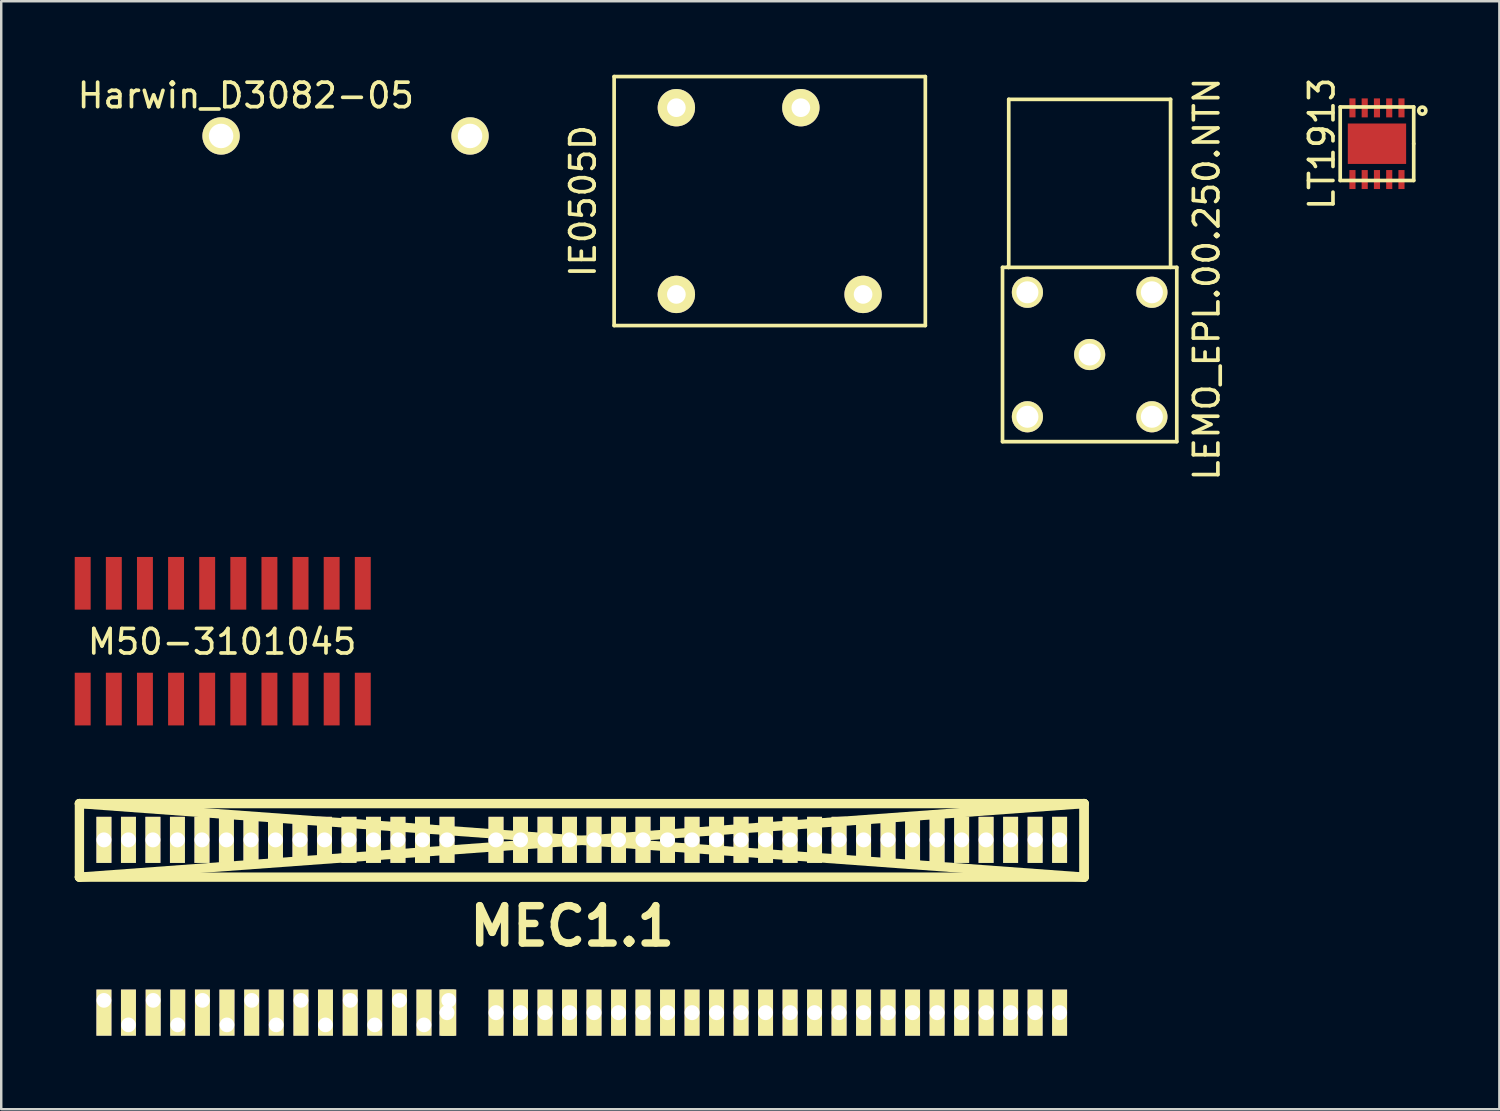
<source format=kicad_pcb>
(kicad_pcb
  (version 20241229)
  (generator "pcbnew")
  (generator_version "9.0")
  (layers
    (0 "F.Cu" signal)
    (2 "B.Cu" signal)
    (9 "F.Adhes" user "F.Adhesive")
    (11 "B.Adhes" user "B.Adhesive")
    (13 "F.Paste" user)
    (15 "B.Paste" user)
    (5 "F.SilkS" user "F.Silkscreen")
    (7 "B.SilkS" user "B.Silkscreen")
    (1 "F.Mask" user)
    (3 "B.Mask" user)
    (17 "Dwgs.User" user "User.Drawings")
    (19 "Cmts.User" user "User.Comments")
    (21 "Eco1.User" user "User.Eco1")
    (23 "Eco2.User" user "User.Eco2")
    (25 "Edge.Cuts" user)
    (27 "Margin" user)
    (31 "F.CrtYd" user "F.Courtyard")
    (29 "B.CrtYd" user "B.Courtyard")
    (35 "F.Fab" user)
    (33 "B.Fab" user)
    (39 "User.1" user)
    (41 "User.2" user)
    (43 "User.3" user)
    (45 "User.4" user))
  (footprint "MEC1.1"
    (layer "F.Cu")
    (at 20.691 34.745)
    (property "Reference" "MEC1.1" (at -0.391 0 0) (layer "F.SilkS") (effects (font (size 1.524 1.524) (thickness 0.305))))
    (attr through_hole)
    (fp_line (start -20.5 -5.001) (end 20.5 -5.001) (stroke (width 0.381) (type solid)) (layer "F.SilkS"))
    (fp_line (start -20.5 -5.001) (end 20.5 -1.999) (stroke (width 0.381) (type solid)) (layer "F.SilkS"))
    (fp_line (start -20.5 -1.999) (end -20.5 -5.001) (stroke (width 0.381) (type solid)) (layer "F.SilkS"))
    (fp_line (start 20.5 -5.001) (end -20.5 -1.999) (stroke (width 0.381) (type solid)) (layer "F.SilkS"))
    (fp_line (start 20.5 -5.001) (end 20.5 -1.999) (stroke (width 0.381) (type solid)) (layer "F.SilkS"))
    (fp_line (start 20.5 -1.999) (end -20.5 -1.999) (stroke (width 0.381) (type solid)) (layer "F.SilkS"))
    (fp_line (start 20.5 -1.999) (end 20.5 -5.001) (stroke (width 0.381) (type solid)) (layer "F.SilkS"))
    (pad "1" thru_hole rect (at -19.5 3.03) (size 0.61 1.88) (drill 0.6 (offset 0 0.5)) (layers "*.Mask" "F.Cu" "F.SilkS"))
    (pad "1" thru_hole rect (at -19.5 -3.52) (size 0.61 1.88) (drill 0.762) (layers "*.Mask" "F.Cu" "F.SilkS"))
    (pad "1" thru_hole rect (at -17.49 3.03) (size 0.61 1.88) (drill 0.6 (offset 0 0.5)) (layers "*.Mask" "F.Cu" "F.SilkS"))
    (pad "1" thru_hole rect (at -15.48 3.03) (size 0.61 1.88) (drill 0.6 (offset 0 0.5)) (layers "*.Mask" "F.Cu" "F.SilkS"))
    (pad "1" thru_hole rect (at -13.47 3.03) (size 0.61 1.88) (drill 0.6 (offset 0 0.5)) (layers "*.Mask" "F.Cu" "F.SilkS"))
    (pad "1" thru_hole rect (at -11.46 3.03) (size 0.61 1.88) (drill 0.6 (offset 0 0.5)) (layers "*.Mask" "F.Cu" "F.SilkS"))
    (pad "1" thru_hole rect (at -9.45 3.03) (size 0.61 1.88) (drill 0.6 (offset 0 0.5)) (layers "*.Mask" "F.Cu" "F.SilkS"))
    (pad "1" thru_hole rect (at -7.44 3.03) (size 0.61 1.88) (drill 0.6 (offset 0 0.5)) (layers "*.Mask" "F.Cu" "F.SilkS"))
    (pad "1" thru_hole rect (at -5.43 3.03) (size 0.61 1.88) (drill 0.6 (offset 0 0.5)) (layers "*.Mask" "F.Cu" "F.SilkS"))
    (pad "2" thru_hole rect (at -18.499 -3.52) (size 0.61 1.88) (drill 0.762) (layers "*.Mask" "F.Cu" "F.SilkS"))
    (pad "2" thru_hole rect (at -18.499 4.03) (size 0.61 1.88) (drill 0.6 (offset 0 -0.5)) (layers "*.Mask" "F.Cu" "F.SilkS"))
    (pad "2" thru_hole rect (at -16.489 4.03) (size 0.61 1.88) (drill 0.6 (offset 0 -0.5)) (layers "*.Mask" "F.Cu" "F.SilkS"))
    (pad "2" thru_hole rect (at -14.479 4.03) (size 0.61 1.88) (drill 0.6 (offset 0 -0.5)) (layers "*.Mask" "F.Cu" "F.SilkS"))
    (pad "2" thru_hole rect (at -12.469 4.03) (size 0.61 1.88) (drill 0.6 (offset 0 -0.5)) (layers "*.Mask" "F.Cu" "F.SilkS"))
    (pad "2" thru_hole rect (at -10.459 4.03) (size 0.61 1.88) (drill 0.6 (offset 0 -0.5)) (layers "*.Mask" "F.Cu" "F.SilkS"))
    (pad "2" thru_hole rect (at -8.449 4.03) (size 0.61 1.88) (drill 0.6 (offset 0 -0.5)) (layers "*.Mask" "F.Cu" "F.SilkS"))
    (pad "2" thru_hole rect (at -6.439 4.03) (size 0.61 1.88) (drill 0.6 (offset 0 -0.5)) (layers "*.Mask" "F.Cu" "F.SilkS"))
    (pad "3" thru_hole rect (at -17.501 -3.52) (size 0.61 1.88) (drill 0.762) (layers "*.Mask" "F.Cu" "F.SilkS"))
    (pad "4" thru_hole rect (at -16.5 -3.52) (size 0.61 1.88) (drill 0.762) (layers "*.Mask" "F.Cu" "F.SilkS"))
    (pad "5" thru_hole rect (at -15.499 -3.52) (size 0.61 1.88) (drill 0.762) (layers "*.Mask" "F.Cu" "F.SilkS"))
    (pad "6" thru_hole rect (at -14.501 -3.52) (size 0.61 1.88) (drill 0.762) (layers "*.Mask" "F.Cu" "F.SilkS"))
    (pad "7" thru_hole rect (at -13.5 -3.52) (size 0.61 1.88) (drill 0.762) (layers "*.Mask" "F.Cu" "F.SilkS"))
    (pad "8" thru_hole rect (at -12.499 -3.52) (size 0.61 1.88) (drill 0.762) (layers "*.Mask" "F.Cu" "F.SilkS"))
    (pad "9" thru_hole rect (at -11.499 -3.52) (size 0.61 1.88) (drill 0.762) (layers "*.Mask" "F.Cu" "F.SilkS"))
    (pad "10" thru_hole rect (at -10.5 -3.52) (size 0.61 1.88) (drill 0.762) (layers "*.Mask" "F.Cu" "F.SilkS"))
    (pad "11" thru_hole rect (at -9.5 -3.52) (size 0.61 1.88) (drill 0.762) (layers "*.Mask" "F.Cu" "F.SilkS"))
    (pad "12" thru_hole rect (at -8.499 -3.52) (size 0.61 1.88) (drill 0.762) (layers "*.Mask" "F.Cu" "F.SilkS"))
    (pad "13" thru_hole rect (at -7.501 -3.52) (size 0.61 1.88) (drill 0.762) (layers "*.Mask" "F.Cu" "F.SilkS"))
    (pad "14" thru_hole rect (at -6.5 -3.52) (size 0.61 1.88) (drill 0.762) (layers "*.Mask" "F.Cu" "F.SilkS"))
    (pad "15" thru_hole rect (at -5.499 -3.52) (size 0.61 1.88) (drill 0.762) (layers "*.Mask" "F.Cu" "F.SilkS"))
    (pad "15" thru_hole rect (at -5.499 3.531) (size 0.61 1.88) (drill 0.762) (layers "*.Mask" "F.Cu" "F.SilkS"))
    (pad "16" thru_hole rect (at -3.5 -3.52) (size 0.61 1.88) (drill 0.762) (layers "*.Mask" "F.Cu" "F.SilkS"))
    (pad "16" thru_hole rect (at -3.5 3.531) (size 0.61 1.88) (drill 0.762) (layers "*.Mask" "F.Cu" "F.SilkS"))
    (pad "17" thru_hole rect (at -2.499 -3.52) (size 0.61 1.88) (drill 0.762) (layers "*.Mask" "F.Cu" "F.SilkS"))
    (pad "17" thru_hole rect (at -2.499 3.531) (size 0.61 1.88) (drill 0.762) (layers "*.Mask" "F.Cu" "F.SilkS"))
    (pad "18" thru_hole rect (at -1.499 -3.52) (size 0.61 1.88) (drill 0.762) (layers "*.Mask" "F.Cu" "F.SilkS"))
    (pad "18" thru_hole rect (at -1.499 3.531) (size 0.61 1.88) (drill 0.762) (layers "*.Mask" "F.Cu" "F.SilkS"))
    (pad "19" thru_hole rect (at -0.5 -3.52) (size 0.61 1.88) (drill 0.762) (layers "*.Mask" "F.Cu" "F.SilkS"))
    (pad "19" thru_hole rect (at -0.5 3.531) (size 0.61 1.88) (drill 0.762) (layers "*.Mask" "F.Cu" "F.SilkS"))
    (pad "20" thru_hole rect (at 0.5 -3.52) (size 0.61 1.88) (drill 0.762) (layers "*.Mask" "F.Cu" "F.SilkS"))
    (pad "20" thru_hole rect (at 0.5 3.531) (size 0.61 1.88) (drill 0.762) (layers "*.Mask" "F.Cu" "F.SilkS"))
    (pad "21" thru_hole rect (at 1.501 -3.52) (size 0.61 1.88) (drill 0.762) (layers "*.Mask" "F.Cu" "F.SilkS"))
    (pad "21" thru_hole rect (at 1.501 3.531) (size 0.61 1.88) (drill 0.762) (layers "*.Mask" "F.Cu" "F.SilkS"))
    (pad "22" thru_hole rect (at 2.499 -3.52) (size 0.61 1.88) (drill 0.762) (layers "*.Mask" "F.Cu" "F.SilkS"))
    (pad "22" thru_hole rect (at 2.499 3.531) (size 0.61 1.88) (drill 0.762) (layers "*.Mask" "F.Cu" "F.SilkS"))
    (pad "23" thru_hole rect (at 3.5 -3.52) (size 0.61 1.88) (drill 0.762) (layers "*.Mask" "F.Cu" "F.SilkS"))
    (pad "23" thru_hole rect (at 3.5 3.531) (size 0.61 1.88) (drill 0.762) (layers "*.Mask" "F.Cu" "F.SilkS"))
    (pad "24" thru_hole rect (at 4.501 -3.52) (size 0.61 1.88) (drill 0.762) (layers "*.Mask" "F.Cu" "F.SilkS"))
    (pad "24" thru_hole rect (at 4.501 3.531) (size 0.61 1.88) (drill 0.762) (layers "*.Mask" "F.Cu" "F.SilkS"))
    (pad "25" thru_hole rect (at 5.502 -3.52) (size 0.61 1.88) (drill 0.762) (layers "*.Mask" "F.Cu" "F.SilkS"))
    (pad "25" thru_hole rect (at 5.502 3.531) (size 0.61 1.88) (drill 0.762) (layers "*.Mask" "F.Cu" "F.SilkS"))
    (pad "26" thru_hole rect (at 6.5 -3.52) (size 0.61 1.88) (drill 0.762) (layers "*.Mask" "F.Cu" "F.SilkS"))
    (pad "26" thru_hole rect (at 6.5 3.531) (size 0.61 1.88) (drill 0.762) (layers "*.Mask" "F.Cu" "F.SilkS"))
    (pad "27" thru_hole rect (at 7.501 -3.52) (size 0.61 1.88) (drill 0.762) (layers "*.Mask" "F.Cu" "F.SilkS"))
    (pad "27" thru_hole rect (at 7.501 3.531) (size 0.61 1.88) (drill 0.762) (layers "*.Mask" "F.Cu" "F.SilkS"))
    (pad "28" thru_hole rect (at 8.501 -3.52) (size 0.61 1.88) (drill 0.762) (layers "*.Mask" "F.Cu" "F.SilkS"))
    (pad "28" thru_hole rect (at 8.501 3.531) (size 0.61 1.88) (drill 0.762) (layers "*.Mask" "F.Cu" "F.SilkS"))
    (pad "29" thru_hole rect (at 9.5 -3.52) (size 0.61 1.88) (drill 0.762) (layers "*.Mask" "F.Cu" "F.SilkS"))
    (pad "29" thru_hole rect (at 9.5 3.531) (size 0.61 1.88) (drill 0.762) (layers "*.Mask" "F.Cu" "F.SilkS"))
    (pad "30" thru_hole rect (at 10.5 -3.52) (size 0.61 1.88) (drill 0.762) (layers "*.Mask" "F.Cu" "F.SilkS"))
    (pad "30" thru_hole rect (at 10.5 3.531) (size 0.61 1.88) (drill 0.762) (layers "*.Mask" "F.Cu" "F.SilkS"))
    (pad "31" thru_hole rect (at 11.501 -3.52) (size 0.61 1.88) (drill 0.762) (layers "*.Mask" "F.Cu" "F.SilkS"))
    (pad "31" thru_hole rect (at 11.501 3.531) (size 0.61 1.88) (drill 0.762) (layers "*.Mask" "F.Cu" "F.SilkS"))
    (pad "32" thru_hole rect (at 12.499 -3.52) (size 0.61 1.88) (drill 0.762) (layers "*.Mask" "F.Cu" "F.SilkS"))
    (pad "32" thru_hole rect (at 12.499 3.531) (size 0.61 1.88) (drill 0.762) (layers "*.Mask" "F.Cu" "F.SilkS"))
    (pad "33" thru_hole rect (at 13.5 -3.52) (size 0.61 1.88) (drill 0.762) (layers "*.Mask" "F.Cu" "F.SilkS"))
    (pad "33" thru_hole rect (at 13.5 3.531) (size 0.61 1.88) (drill 0.762) (layers "*.Mask" "F.Cu" "F.SilkS"))
    (pad "34" thru_hole rect (at 14.501 -3.52) (size 0.61 1.88) (drill 0.762) (layers "*.Mask" "F.Cu" "F.SilkS"))
    (pad "34" thru_hole rect (at 14.501 3.531) (size 0.61 1.88) (drill 0.762) (layers "*.Mask" "F.Cu" "F.SilkS"))
    (pad "35" thru_hole rect (at 15.502 -3.52) (size 0.61 1.88) (drill 0.762) (layers "*.Mask" "F.Cu" "F.SilkS"))
    (pad "35" thru_hole rect (at 15.502 3.531) (size 0.61 1.88) (drill 0.762) (layers "*.Mask" "F.Cu" "F.SilkS"))
    (pad "36" thru_hole rect (at 16.5 -3.52) (size 0.61 1.88) (drill 0.762) (layers "*.Mask" "F.Cu" "F.SilkS"))
    (pad "36" thru_hole rect (at 16.5 3.531) (size 0.61 1.88) (drill 0.762) (layers "*.Mask" "F.Cu" "F.SilkS"))
    (pad "37" thru_hole rect (at 17.501 -3.52) (size 0.61 1.88) (drill 0.762) (layers "*.Mask" "F.Cu" "F.SilkS"))
    (pad "37" thru_hole rect (at 17.501 3.531) (size 0.61 1.88) (drill 0.762) (layers "*.Mask" "F.Cu" "F.SilkS"))
    (pad "38" thru_hole rect (at 18.501 -3.52) (size 0.61 1.88) (drill 0.762) (layers "*.Mask" "F.Cu" "F.SilkS"))
    (pad "38" thru_hole rect (at 18.501 3.531) (size 0.61 1.88) (drill 0.762) (layers "*.Mask" "F.Cu" "F.SilkS"))
    (pad "39" thru_hole rect (at 19.5 -3.52) (size 0.61 1.88) (drill 0.762) (layers "*.Mask" "F.Cu" "F.SilkS"))
    (pad "39" thru_hole rect (at 19.5 3.531) (size 0.61 1.88) (drill 0.762) (layers "*.Mask" "F.Cu" "F.SilkS")))
  (footprint "IE0505D"
    (layer "F.Cu")
    (at 28.362 5.155)
    (property "Reference" "IE0505D" (at -7.62 0 90) (layer "F.SilkS") (effects (font (size 1 1) (thickness 0.15))))
    (attr through_hole)
    (fp_line (start -6.35 -5.08) (end -6.35 5.08) (stroke (width 0.15) (type solid)) (layer "F.SilkS"))
    (fp_line (start -6.35 5.08) (end 6.35 5.08) (stroke (width 0.15) (type solid)) (layer "F.SilkS"))
    (fp_line (start 6.35 -5.08) (end -6.35 -5.08) (stroke (width 0.15) (type solid)) (layer "F.SilkS"))
    (fp_line (start 6.35 5.08) (end 6.35 -5.08) (stroke (width 0.15) (type solid)) (layer "F.SilkS"))
    (pad "1" thru_hole circle (at -3.81 3.81) (size 1.524 1.524) (drill 0.762) (layers "*.Cu" "*.Mask" "F.SilkS"))
    (pad "2" thru_hole circle (at 3.81 3.81) (size 1.524 1.524) (drill 0.762) (layers "*.Cu" "*.Mask" "F.SilkS"))
    (pad "3" thru_hole circle (at -3.81 -3.81) (size 1.524 1.524) (drill 0.762) (layers "*.Cu" "*.Mask" "F.SilkS"))
    (pad "4" thru_hole circle (at 1.27 -3.81) (size 1.524 1.524) (drill 0.762) (layers "*.Cu" "*.Mask" "F.SilkS")))
  (footprint "Harwin_D3082-05"
    (layer "F.Cu")
    (at 11.052 2.498)
    (property "Reference" "Harwin_D3082-05" (at -4.07 -1.65 0) (layer "F.SilkS") (effects (font (size 1 1) (thickness 0.15))))
    (attr through_hole)
    (pad "1" thru_hole circle (at -5.08 0) (size 1.524 1.524) (drill 1) (layers "*.Cu" "*.Mask" "F.SilkS"))
    (pad "2" thru_hole circle (at 5.08 0) (size 1.524 1.524) (drill 1) (layers "*.Cu" "*.Mask" "F.SilkS")))
  (footprint "M50-3101045"
    (layer "F.Cu")
    (at 0.325 25.479)
    (property "Reference" "M50-3101045" (at 5.69 -2.337 0) (layer "F.SilkS") (effects (font (size 1 1) (thickness 0.15))))
    (attr through_hole)
    (pad "1" smd rect (at 0 0) (size 0.65 2.15) (layers "F.Cu" "F.Mask" "F.Paste"))
    (pad "2" smd rect (at 0 -4.725) (size 0.65 2.15) (layers "F.Cu" "F.Mask" "F.Paste"))
    (pad "3" smd rect (at 1.27 0) (size 0.65 2.15) (layers "F.Cu" "F.Mask" "F.Paste"))
    (pad "4" smd rect (at 1.27 -4.724) (size 0.65 2.15) (layers "F.Cu" "F.Mask" "F.Paste"))
    (pad "5" smd rect (at 2.54 0) (size 0.65 2.15) (layers "F.Cu" "F.Mask" "F.Paste"))
    (pad "6" smd rect (at 2.54 -4.725) (size 0.65 2.15) (layers "F.Cu" "F.Mask" "F.Paste"))
    (pad "7" smd rect (at 3.81 0) (size 0.65 2.15) (layers "F.Cu" "F.Mask" "F.Paste"))
    (pad "8" smd rect (at 3.81 -4.725) (size 0.65 2.15) (layers "F.Cu" "F.Mask" "F.Paste"))
    (pad "9" smd rect (at 5.08 0) (size 0.65 2.15) (layers "F.Cu" "F.Mask" "F.Paste"))
    (pad "10" smd rect (at 5.08 -4.725) (size 0.65 2.15) (layers "F.Cu" "F.Mask" "F.Paste"))
    (pad "11" smd rect (at 6.35 0) (size 0.65 2.15) (layers "F.Cu" "F.Mask" "F.Paste"))
    (pad "12" smd rect (at 6.35 -4.725) (size 0.65 2.15) (layers "F.Cu" "F.Mask" "F.Paste"))
    (pad "13" smd rect (at 7.62 0) (size 0.65 2.15) (layers "F.Cu" "F.Mask" "F.Paste"))
    (pad "14" smd rect (at 7.62 -4.725) (size 0.65 2.15) (layers "F.Cu" "F.Mask" "F.Paste"))
    (pad "15" smd rect (at 8.89 0) (size 0.65 2.15) (layers "F.Cu" "F.Mask" "F.Paste"))
    (pad "16" smd rect (at 8.89 -4.725) (size 0.65 2.15) (layers "F.Cu" "F.Mask" "F.Paste"))
    (pad "17" smd rect (at 10.16 0) (size 0.65 2.15) (layers "F.Cu" "F.Mask" "F.Paste"))
    (pad "18" smd rect (at 10.16 -4.725) (size 0.65 2.15) (layers "F.Cu" "F.Mask" "F.Paste"))
    (pad "19" smd rect (at 11.43 0) (size 0.65 2.15) (layers "F.Cu" "F.Mask" "F.Paste"))
    (pad "20" smd rect (at 11.43 -4.725) (size 0.65 2.15) (layers "F.Cu" "F.Mask" "F.Paste")))
  (footprint "LT1913"
    (layer "F.Cu")
    (at 53.143 2.815)
    (property "Reference" "LT1913" (at -2.25 0 90) (layer "F.SilkS") (effects (font (size 1 1) (thickness 0.15))))
    (attr through_hole)
    (fp_line (start -1.5 -1.5) (end -1.5 1.5) (stroke (width 0.15) (type solid)) (layer "F.SilkS"))
    (fp_line (start -1.5 1.5) (end 1.5 1.5) (stroke (width 0.15) (type solid)) (layer "F.SilkS"))
    (fp_line (start 1.5 -1.5) (end -1.5 -1.5) (stroke (width 0.15) (type solid)) (layer "F.SilkS"))
    (fp_line (start 1.5 0) (end 1.5 -1.5) (stroke (width 0.15) (type solid)) (layer "F.SilkS"))
    (fp_line (start 1.5 1.5) (end 1.5 0) (stroke (width 0.15) (type solid)) (layer "F.SilkS"))
    (fp_circle (center 1.85 -1.35) (end 1.9 -1.3) (stroke (width 0.15) (type solid)) (fill no) (layer "F.SilkS"))
    (pad "1" smd rect (at 1 -1.462) (size 0.25 0.775) (layers "F.Cu" "F.Mask" "F.Paste"))
    (pad "2" smd rect (at 0.5 -1.462) (size 0.25 0.775) (layers "F.Cu" "F.Mask" "F.Paste"))
    (pad "3" smd rect (at 0 -1.462) (size 0.25 0.775) (layers "F.Cu" "F.Mask" "F.Paste"))
    (pad "4" smd rect (at -0.5 -1.462) (size 0.25 0.775) (layers "F.Cu" "F.Mask" "F.Paste"))
    (pad "5" smd rect (at -1 -1.462) (size 0.25 0.775) (layers "F.Cu" "F.Mask" "F.Paste"))
    (pad "6" smd rect (at -1 1.462) (size 0.25 0.775) (layers "F.Cu" "F.Mask" "F.Paste"))
    (pad "7" smd rect (at -0.5 1.462) (size 0.25 0.775) (layers "F.Cu" "F.Mask" "F.Paste"))
    (pad "8" smd rect (at 0 1.462) (size 0.25 0.775) (layers "F.Cu" "F.Mask" "F.Paste"))
    (pad "9" smd rect (at 0.5 1.462) (size 0.25 0.775) (layers "F.Cu" "F.Mask" "F.Paste"))
    (pad "10" smd rect (at 1 1.462) (size 0.25 0.775) (layers "F.Cu" "F.Mask" "F.Paste"))
    (pad "11" smd rect (at 0 0) (size 2.38 1.65) (layers "F.Cu" "F.Mask" "F.Paste")))
  (footprint "LEMO_EPL.00.250.NTN"
    (layer "F.Cu")
    (at 41.418 11.418)
    (property "Reference" "LEMO_EPL.00.250.NTN" (at 4.778 -3.078 90) (layer "F.SilkS") (effects (font (size 1 1) (thickness 0.15))))
    (attr through_hole)
    (fp_line (start -3.556 -3.556) (end -3.556 3.556) (stroke (width 0.15) (type solid)) (layer "F.SilkS"))
    (fp_line (start -3.556 3.556) (end 3.556 3.556) (stroke (width 0.15) (type solid)) (layer "F.SilkS"))
    (fp_line (start -3.315 -3.556) (end -3.34 -3.581) (stroke (width 0.15) (type solid)) (layer "F.SilkS"))
    (fp_line (start -3.302 -10.414) (end -3.302 -3.556) (stroke (width 0.15) (type solid)) (layer "F.SilkS"))
    (fp_line (start 3.302 -10.414) (end -3.302 -10.414) (stroke (width 0.15) (type solid)) (layer "F.SilkS"))
    (fp_line (start 3.302 -3.556) (end 3.302 -10.414) (stroke (width 0.15) (type solid)) (layer "F.SilkS"))
    (fp_line (start 3.556 -3.556) (end -3.556 -3.556) (stroke (width 0.15) (type solid)) (layer "F.SilkS"))
    (fp_line (start 3.556 3.556) (end 3.556 -3.556) (stroke (width 0.15) (type solid)) (layer "F.SilkS"))
    (pad "1" thru_hole circle (at -2.54 -2.54) (size 1.27 1.27) (drill 0.899) (layers "*.Cu" "*.Mask" "F.SilkS"))
    (pad "1" thru_hole circle (at -2.54 2.54) (size 1.27 1.27) (drill 0.899) (layers "*.Cu" "*.Mask" "F.SilkS"))
    (pad "1" thru_hole circle (at 2.54 -2.54) (size 1.27 1.27) (drill 0.899) (layers "*.Cu" "*.Mask" "F.SilkS"))
    (pad "1" thru_hole circle (at 2.54 2.54) (size 1.27 1.27) (drill 0.899) (layers "*.Cu" "*.Mask" "F.SilkS"))
    (pad "2" thru_hole circle (at 0 0) (size 1.27 1.27) (drill 0.899) (layers "*.Cu" "*.Mask" "F.SilkS")))
  (gr_rect
    (start -3 -3)
    (end 58.138 42.216)
    (stroke (width 0.1) (type default))
    (fill no)
    (layer "Edge.Cuts")))
</source>
